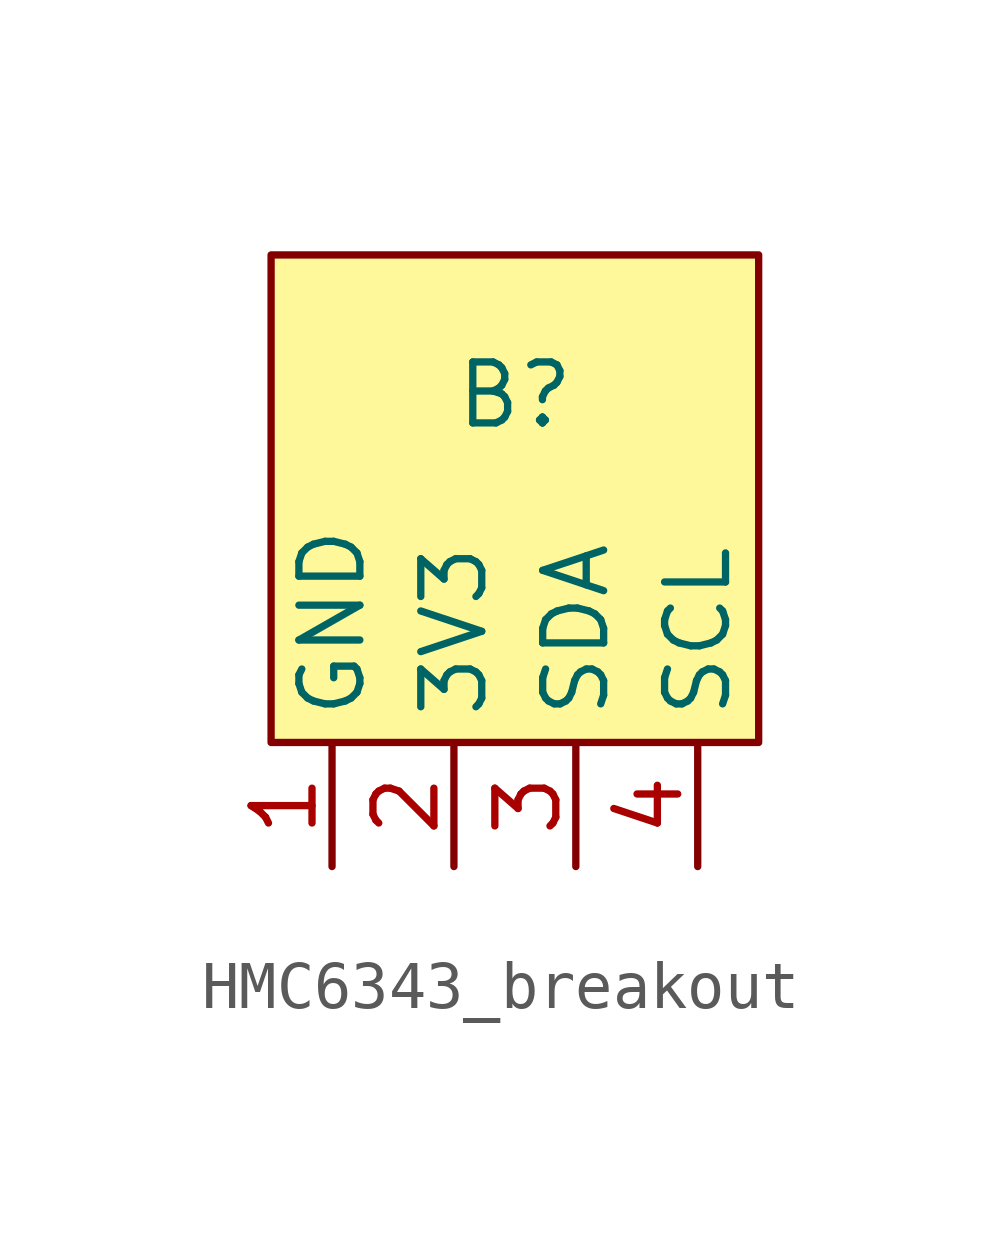
<source format=kicad_sym>
(kicad_symbol_lib
  (version 20241209)
  (generator "kicad_symbol_editor")
  (generator_version "9.0")
  (symbol "HMC6343_breakout"
    (property "Reference" "B"
      (at -2.54 1.524 0)
      (effects (font (size 1.27 1.27))))
    (property "Value" ""
      (at 0 0 0)
      (effects (font (size 1.27 1.27))))
    (symbol "HMC6343_breakout_1_1"
      (rectangle (start -7.62 4.445) (end 2.54 -5.715) (stroke (width 0) (type solid)) (fill (type color) (color 255 248 155 1)))
      (pin input line (at -6.35 -8.3 90) (length 2.54) (name "GND" (effects (font (size 1.27 1.27)))) (number "1" (effects (font (size 1.27 1.27)))))
      (pin input line (at -3.81 -8.3 90) (length 2.54) (name "3V3" (effects (font (size 1.27 1.27)))) (number "2" (effects (font (size 1.27 1.27)))))
      (pin input line (at -1.27 -8.3 90) (length 2.54) (name "SDA" (effects (font (size 1.27 1.27)))) (number "3" (effects (font (size 1.27 1.27)))))
      (pin input line (at 1.27 -8.3 90) (length 2.54) (name "SCL" (effects (font (size 1.27 1.27)))) (number "4" (effects (font (size 1.27 1.27))))))))
</source>
